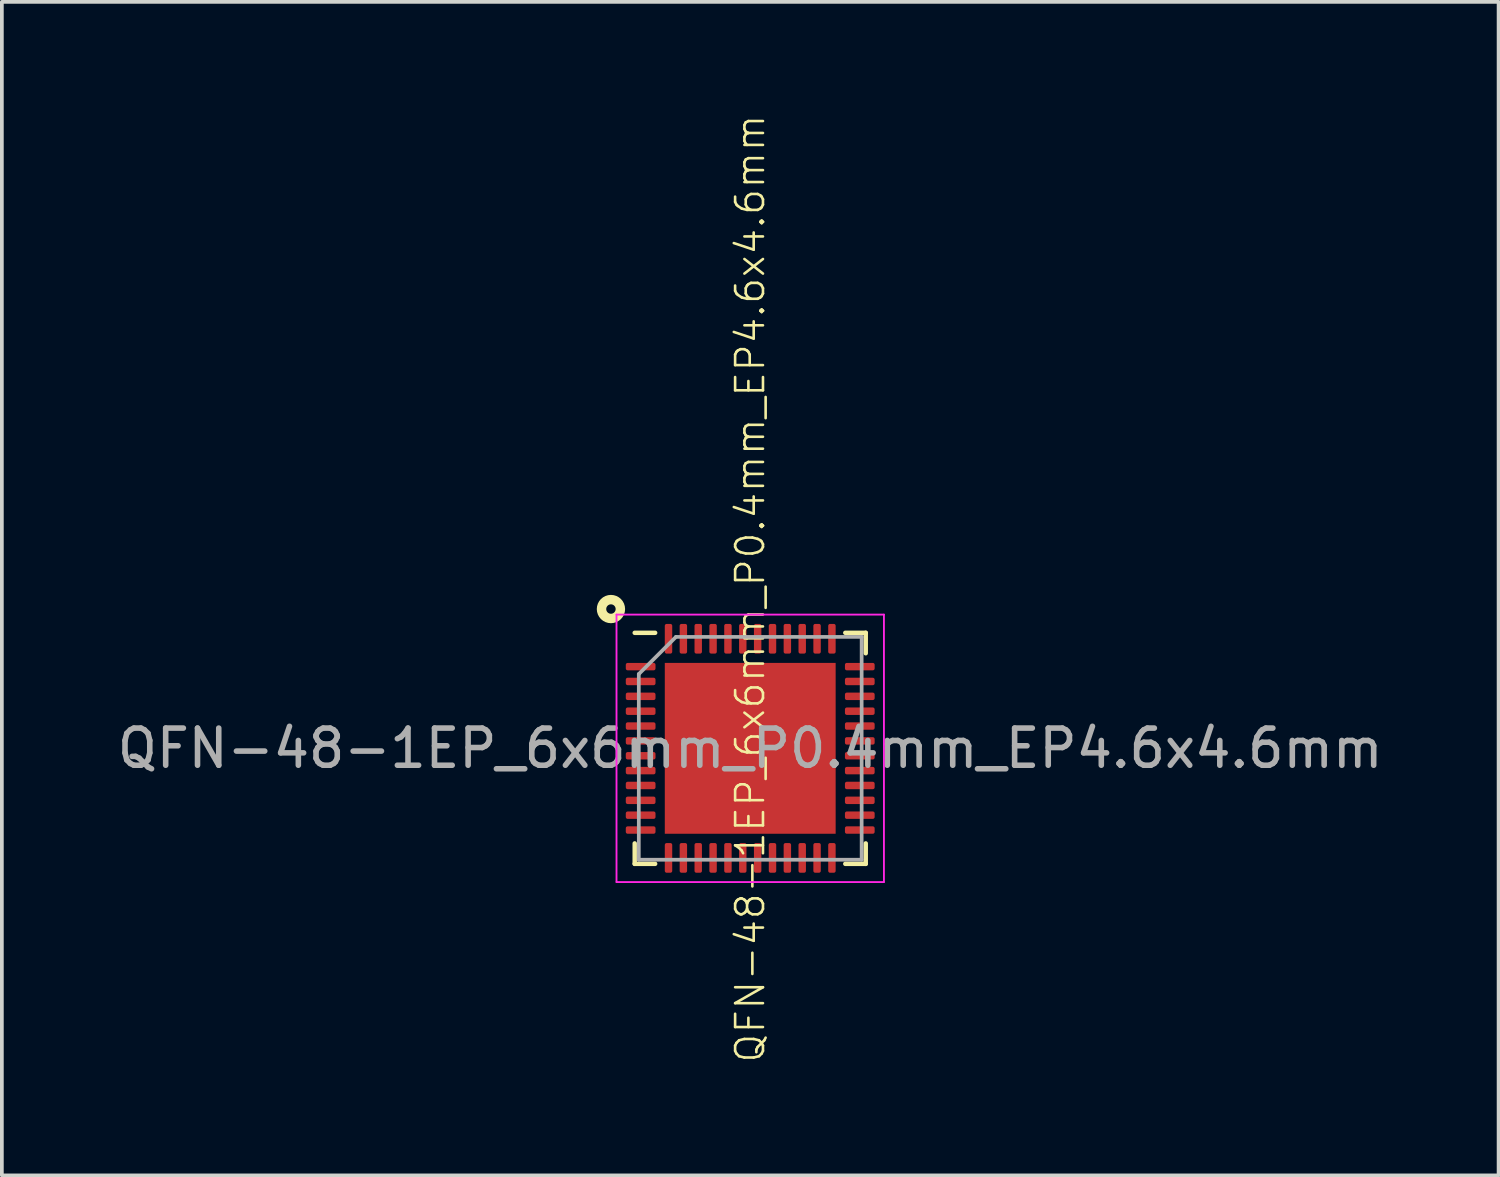
<source format=kicad_pcb>
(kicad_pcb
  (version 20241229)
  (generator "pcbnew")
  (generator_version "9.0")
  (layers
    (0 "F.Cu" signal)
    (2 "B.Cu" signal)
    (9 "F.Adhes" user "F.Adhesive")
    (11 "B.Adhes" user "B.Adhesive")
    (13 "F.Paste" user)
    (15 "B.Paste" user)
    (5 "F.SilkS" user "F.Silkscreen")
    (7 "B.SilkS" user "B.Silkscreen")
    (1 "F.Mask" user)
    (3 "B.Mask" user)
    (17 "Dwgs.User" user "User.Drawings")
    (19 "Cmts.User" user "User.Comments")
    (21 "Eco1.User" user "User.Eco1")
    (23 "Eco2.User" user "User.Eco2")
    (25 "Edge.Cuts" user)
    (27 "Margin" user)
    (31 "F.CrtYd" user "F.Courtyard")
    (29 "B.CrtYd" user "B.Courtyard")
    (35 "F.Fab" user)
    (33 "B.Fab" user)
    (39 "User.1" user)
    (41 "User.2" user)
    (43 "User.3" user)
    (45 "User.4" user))
  (footprint "QFN-48-1EP_6x6mm_P0.4mm_EP4.6x4.6mm"
    (layer "F.Cu")
    (at 17.149 17.098)
    (property "Reference" "QFN-48-1EP_6x6mm_P0.4mm_EP4.6x4.6mm" (at 0 -4.3 90) (layer "F.SilkS") (effects (font (size 0.75 0.75) (thickness 0.07))))
    (attr smd)
    (fp_line (start -3.11 3.11) (end -3.11 2.56) (stroke (width 0.12) (type solid)) (layer "F.SilkS"))
    (fp_line (start -2.56 -3.11) (end -3.11 -3.11) (stroke (width 0.12) (type solid)) (layer "F.SilkS"))
    (fp_line (start -2.56 3.11) (end -3.11 3.11) (stroke (width 0.12) (type solid)) (layer "F.SilkS"))
    (fp_line (start 2.56 -3.11) (end 3.11 -3.11) (stroke (width 0.12) (type solid)) (layer "F.SilkS"))
    (fp_line (start 2.56 3.11) (end 3.11 3.11) (stroke (width 0.12) (type solid)) (layer "F.SilkS"))
    (fp_line (start 3.11 -3.11) (end 3.11 -2.56) (stroke (width 0.12) (type solid)) (layer "F.SilkS"))
    (fp_line (start 3.11 3.11) (end 3.11 2.56) (stroke (width 0.12) (type solid)) (layer "F.SilkS"))
    (fp_circle (center -3.75 -3.75) (end -3.496 -3.75) (stroke (width 0.254) (type solid)) (fill no) (layer "F.SilkS"))
    (fp_line (start -3.6 -3.6) (end -3.6 3.6) (stroke (width 0.05) (type solid)) (layer "F.CrtYd"))
    (fp_line (start -3.6 3.6) (end 3.6 3.6) (stroke (width 0.05) (type solid)) (layer "F.CrtYd"))
    (fp_line (start 3.6 -3.6) (end -3.6 -3.6) (stroke (width 0.05) (type solid)) (layer "F.CrtYd"))
    (fp_line (start 3.6 3.6) (end 3.6 -3.6) (stroke (width 0.05) (type solid)) (layer "F.CrtYd"))
    (fp_line (start -3 -2) (end -2 -3) (stroke (width 0.1) (type solid)) (layer "F.Fab"))
    (fp_line (start -3 3) (end -3 -2) (stroke (width 0.1) (type solid)) (layer "F.Fab"))
    (fp_line (start -2 -3) (end 3 -3) (stroke (width 0.1) (type solid)) (layer "F.Fab"))
    (fp_line (start 3 -3) (end 3 3) (stroke (width 0.1) (type solid)) (layer "F.Fab"))
    (fp_line (start 3 3) (end -3 3) (stroke (width 0.1) (type solid)) (layer "F.Fab"))
    (fp_text user "${REFERENCE}" (at 0 0 0) (layer "F.Fab") (effects (font (size 1 1) (thickness 0.15))))
    (pad "" smd roundrect (at -1.53 -1.53) (size 1.24 1.24) (layers "F.Paste") (roundrect_rratio 0.202))
    (pad "" smd roundrect (at -1.53 0) (size 1.24 1.24) (layers "F.Paste") (roundrect_rratio 0.202))
    (pad "" smd roundrect (at -1.53 1.53) (size 1.24 1.24) (layers "F.Paste") (roundrect_rratio 0.202))
    (pad "" smd roundrect (at 0 -1.53) (size 1.24 1.24) (layers "F.Paste") (roundrect_rratio 0.202))
    (pad "" smd roundrect (at 0 0) (size 1.24 1.24) (layers "F.Paste") (roundrect_rratio 0.202))
    (pad "" smd roundrect (at 0 1.53) (size 1.24 1.24) (layers "F.Paste") (roundrect_rratio 0.202))
    (pad "" smd roundrect (at 1.53 -1.53) (size 1.24 1.24) (layers "F.Paste") (roundrect_rratio 0.202))
    (pad "" smd roundrect (at 1.53 0) (size 1.24 1.24) (layers "F.Paste") (roundrect_rratio 0.202))
    (pad "" smd roundrect (at 1.53 1.53) (size 1.24 1.24) (layers "F.Paste") (roundrect_rratio 0.202))
    (pad "1" smd roundrect (at -2.95 -2.2) (size 0.8 0.2) (layers "F.Cu" "F.Mask" "F.Paste") (roundrect_rratio 0.25))
    (pad "2" smd roundrect (at -2.95 -1.8) (size 0.8 0.2) (layers "F.Cu" "F.Mask" "F.Paste") (roundrect_rratio 0.25))
    (pad "3" smd roundrect (at -2.95 -1.4) (size 0.8 0.2) (layers "F.Cu" "F.Mask" "F.Paste") (roundrect_rratio 0.25))
    (pad "4" smd roundrect (at -2.95 -1) (size 0.8 0.2) (layers "F.Cu" "F.Mask" "F.Paste") (roundrect_rratio 0.25))
    (pad "5" smd roundrect (at -2.95 -0.6) (size 0.8 0.2) (layers "F.Cu" "F.Mask" "F.Paste") (roundrect_rratio 0.25))
    (pad "6" smd roundrect (at -2.95 -0.2) (size 0.8 0.2) (layers "F.Cu" "F.Mask" "F.Paste") (roundrect_rratio 0.25))
    (pad "7" smd roundrect (at -2.95 0.2) (size 0.8 0.2) (layers "F.Cu" "F.Mask" "F.Paste") (roundrect_rratio 0.25))
    (pad "8" smd roundrect (at -2.95 0.6) (size 0.8 0.2) (layers "F.Cu" "F.Mask" "F.Paste") (roundrect_rratio 0.25))
    (pad "9" smd roundrect (at -2.95 1) (size 0.8 0.2) (layers "F.Cu" "F.Mask" "F.Paste") (roundrect_rratio 0.25))
    (pad "10" smd roundrect (at -2.95 1.4) (size 0.8 0.2) (layers "F.Cu" "F.Mask" "F.Paste") (roundrect_rratio 0.25))
    (pad "11" smd roundrect (at -2.95 1.8) (size 0.8 0.2) (layers "F.Cu" "F.Mask" "F.Paste") (roundrect_rratio 0.25))
    (pad "12" smd roundrect (at -2.95 2.2) (size 0.8 0.2) (layers "F.Cu" "F.Mask" "F.Paste") (roundrect_rratio 0.25))
    (pad "13" smd roundrect (at -2.2 2.95) (size 0.2 0.8) (layers "F.Cu" "F.Mask" "F.Paste") (roundrect_rratio 0.25))
    (pad "14" smd roundrect (at -1.8 2.95) (size 0.2 0.8) (layers "F.Cu" "F.Mask" "F.Paste") (roundrect_rratio 0.25))
    (pad "15" smd roundrect (at -1.4 2.95) (size 0.2 0.8) (layers "F.Cu" "F.Mask" "F.Paste") (roundrect_rratio 0.25))
    (pad "16" smd roundrect (at -1 2.95) (size 0.2 0.8) (layers "F.Cu" "F.Mask" "F.Paste") (roundrect_rratio 0.25))
    (pad "17" smd roundrect (at -0.6 2.95) (size 0.2 0.8) (layers "F.Cu" "F.Mask" "F.Paste") (roundrect_rratio 0.25))
    (pad "18" smd roundrect (at -0.2 2.95) (size 0.2 0.8) (layers "F.Cu" "F.Mask" "F.Paste") (roundrect_rratio 0.25))
    (pad "19" smd roundrect (at 0.2 2.95) (size 0.2 0.8) (layers "F.Cu" "F.Mask" "F.Paste") (roundrect_rratio 0.25))
    (pad "20" smd roundrect (at 0.6 2.95) (size 0.2 0.8) (layers "F.Cu" "F.Mask" "F.Paste") (roundrect_rratio 0.25))
    (pad "21" smd roundrect (at 1 2.95) (size 0.2 0.8) (layers "F.Cu" "F.Mask" "F.Paste") (roundrect_rratio 0.25))
    (pad "22" smd roundrect (at 1.4 2.95) (size 0.2 0.8) (layers "F.Cu" "F.Mask" "F.Paste") (roundrect_rratio 0.25))
    (pad "23" smd roundrect (at 1.8 2.95) (size 0.2 0.8) (layers "F.Cu" "F.Mask" "F.Paste") (roundrect_rratio 0.25))
    (pad "24" smd roundrect (at 2.2 2.95) (size 0.2 0.8) (layers "F.Cu" "F.Mask" "F.Paste") (roundrect_rratio 0.25))
    (pad "25" smd roundrect (at 2.95 2.2) (size 0.8 0.2) (layers "F.Cu" "F.Mask" "F.Paste") (roundrect_rratio 0.25))
    (pad "26" smd roundrect (at 2.95 1.8) (size 0.8 0.2) (layers "F.Cu" "F.Mask" "F.Paste") (roundrect_rratio 0.25))
    (pad "27" smd roundrect (at 2.95 1.4) (size 0.8 0.2) (layers "F.Cu" "F.Mask" "F.Paste") (roundrect_rratio 0.25))
    (pad "28" smd roundrect (at 2.95 1) (size 0.8 0.2) (layers "F.Cu" "F.Mask" "F.Paste") (roundrect_rratio 0.25))
    (pad "29" smd roundrect (at 2.95 0.6) (size 0.8 0.2) (layers "F.Cu" "F.Mask" "F.Paste") (roundrect_rratio 0.25))
    (pad "30" smd roundrect (at 2.95 0.2) (size 0.8 0.2) (layers "F.Cu" "F.Mask" "F.Paste") (roundrect_rratio 0.25))
    (pad "31" smd roundrect (at 2.95 -0.2) (size 0.8 0.2) (layers "F.Cu" "F.Mask" "F.Paste") (roundrect_rratio 0.25))
    (pad "32" smd roundrect (at 2.95 -0.6) (size 0.8 0.2) (layers "F.Cu" "F.Mask" "F.Paste") (roundrect_rratio 0.25))
    (pad "33" smd roundrect (at 2.95 -1) (size 0.8 0.2) (layers "F.Cu" "F.Mask" "F.Paste") (roundrect_rratio 0.25))
    (pad "34" smd roundrect (at 2.95 -1.4) (size 0.8 0.2) (layers "F.Cu" "F.Mask" "F.Paste") (roundrect_rratio 0.25))
    (pad "35" smd roundrect (at 2.95 -1.8) (size 0.8 0.2) (layers "F.Cu" "F.Mask" "F.Paste") (roundrect_rratio 0.25))
    (pad "36" smd roundrect (at 2.95 -2.2) (size 0.8 0.2) (layers "F.Cu" "F.Mask" "F.Paste") (roundrect_rratio 0.25))
    (pad "37" smd roundrect (at 2.2 -2.95) (size 0.2 0.8) (layers "F.Cu" "F.Mask" "F.Paste") (roundrect_rratio 0.25))
    (pad "38" smd roundrect (at 1.8 -2.95) (size 0.2 0.8) (layers "F.Cu" "F.Mask" "F.Paste") (roundrect_rratio 0.25))
    (pad "39" smd roundrect (at 1.4 -2.95) (size 0.2 0.8) (layers "F.Cu" "F.Mask" "F.Paste") (roundrect_rratio 0.25))
    (pad "40" smd roundrect (at 1 -2.95) (size 0.2 0.8) (layers "F.Cu" "F.Mask" "F.Paste") (roundrect_rratio 0.25))
    (pad "41" smd roundrect (at 0.6 -2.95) (size 0.2 0.8) (layers "F.Cu" "F.Mask" "F.Paste") (roundrect_rratio 0.25))
    (pad "42" smd roundrect (at 0.2 -2.95) (size 0.2 0.8) (layers "F.Cu" "F.Mask" "F.Paste") (roundrect_rratio 0.25))
    (pad "43" smd roundrect (at -0.2 -2.95) (size 0.2 0.8) (layers "F.Cu" "F.Mask" "F.Paste") (roundrect_rratio 0.25))
    (pad "44" smd roundrect (at -0.6 -2.95) (size 0.2 0.8) (layers "F.Cu" "F.Mask" "F.Paste") (roundrect_rratio 0.25))
    (pad "45" smd roundrect (at -1 -2.95) (size 0.2 0.8) (layers "F.Cu" "F.Mask" "F.Paste") (roundrect_rratio 0.25))
    (pad "46" smd roundrect (at -1.4 -2.95) (size 0.2 0.8) (layers "F.Cu" "F.Mask" "F.Paste") (roundrect_rratio 0.25))
    (pad "47" smd roundrect (at -1.8 -2.95) (size 0.2 0.8) (layers "F.Cu" "F.Mask" "F.Paste") (roundrect_rratio 0.25))
    (pad "48" smd roundrect (at -2.2 -2.95) (size 0.2 0.8) (layers "F.Cu" "F.Mask" "F.Paste") (roundrect_rratio 0.25))
    (pad "49" smd rect (at 0 0) (size 4.6 4.6) (layers "F.Cu" "F.Mask")))
  (gr_rect
    (start -3 -3)
    (end 37.298 28.596)
    (stroke (width 0.1) (type default))
    (fill no)
    (layer "Edge.Cuts")))
</source>
